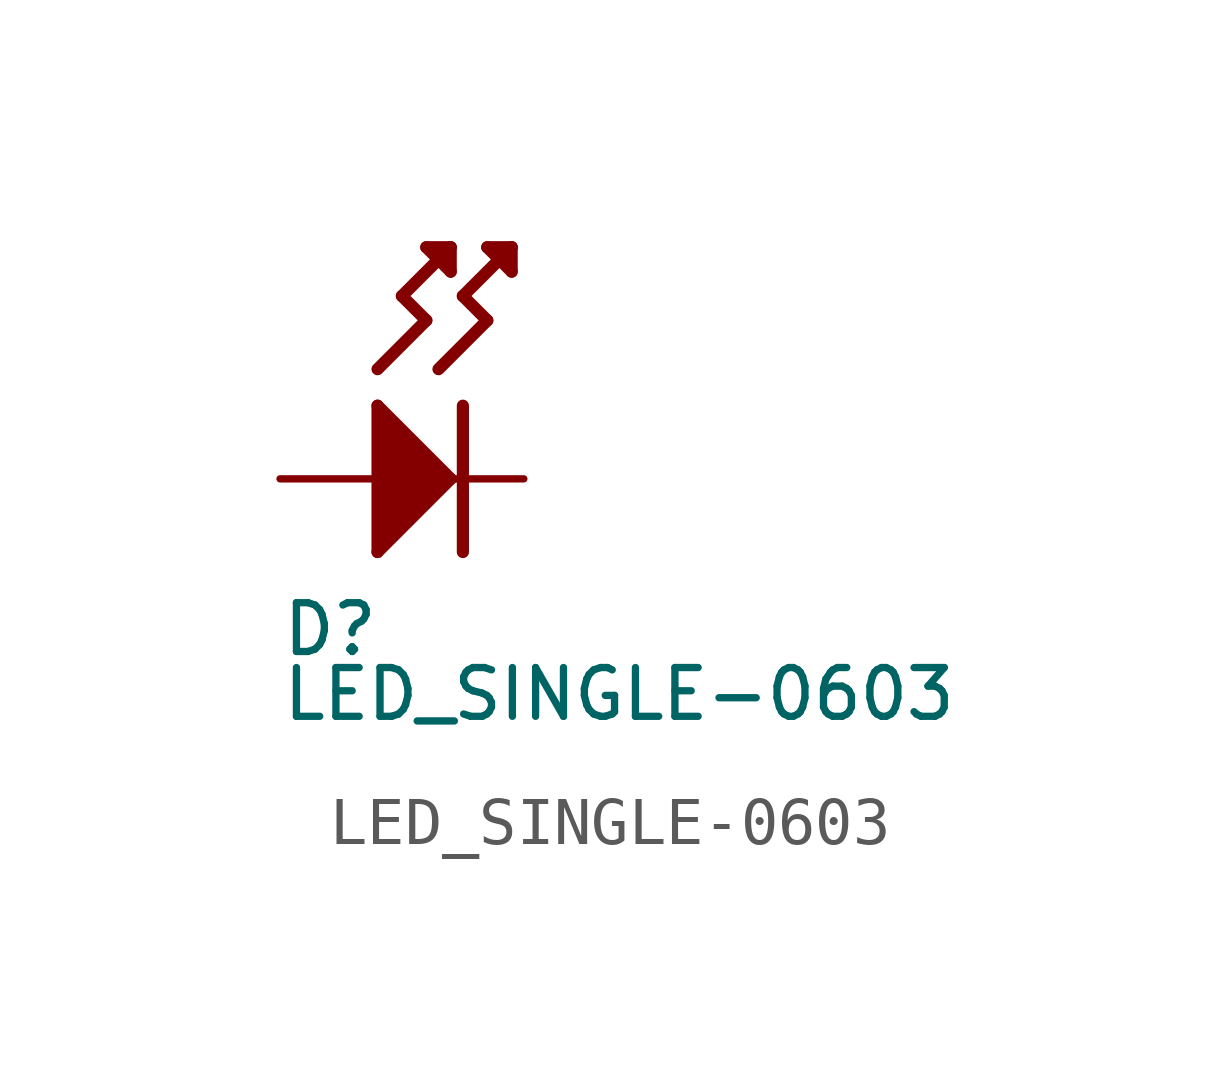
<source format=kicad_sym>
(kicad_symbol_lib
  (version 20211014)
  (generator kicad_symbol_editor)
  (symbol "LED_SINGLE-0603"
    (property "Reference" "D"
      (at -2.54 -2.54 0)
      (effects (font (size 1.016 1.016)) (justify left top)))
    (property "Value" "LED_SINGLE-0603"
      (at -2.54 -5.08 0)
      (effects (font (size 1.016 1.016)) (justify left bottom)))
    (property "ki_locked" ""
      (at 0 0 0)
      (effects (font (size 1.27 1.27))))
    (symbol "LED_SINGLE-0603_1_0"
      (polyline (pts (xy -0.508 -1.524) (xy -0.508 1.524)) (stroke (width 0.254) (type default) (color 0 0 0 0)) (fill (type none)))
      (polyline (pts (xy -0.508 1.524) (xy 1.016 0)) (stroke (width 0.254) (type default) (color 0 0 0 0)) (fill (type none)))
      (polyline (pts (xy -0.508 2.286) (xy 0.508 3.302)) (stroke (width 0.254) (type default) (color 0 0 0 0)) (fill (type none)))
      (polyline (pts (xy 0 3.81) (xy 1.016 4.826)) (stroke (width 0.254) (type default) (color 0 0 0 0)) (fill (type none)))
      (polyline (pts (xy 0.508 3.302) (xy 0 3.81)) (stroke (width 0.254) (type default) (color 0 0 0 0)) (fill (type none)))
      (polyline (pts (xy 0.508 4.826) (xy 1.016 4.318)) (stroke (width 0.254) (type default) (color 0 0 0 0)) (fill (type none)))
      (polyline (pts (xy 0.762 2.286) (xy 1.778 3.302)) (stroke (width 0.254) (type default) (color 0 0 0 0)) (fill (type none)))
      (polyline (pts (xy 1.016 0) (xy -0.508 -1.524)) (stroke (width 0.254) (type default) (color 0 0 0 0)) (fill (type none)))
      (polyline (pts (xy 1.016 4.318) (xy 1.016 4.826)) (stroke (width 0.254) (type default) (color 0 0 0 0)) (fill (type none)))
      (polyline (pts (xy 1.016 4.826) (xy 0.508 4.826)) (stroke (width 0.254) (type default) (color 0 0 0 0)) (fill (type none)))
      (polyline (pts (xy 1.27 1.524) (xy 1.27 -1.524)) (stroke (width 0.254) (type default) (color 0 0 0 0)) (fill (type none)))
      (polyline (pts (xy 1.27 3.81) (xy 2.286 4.826)) (stroke (width 0.254) (type default) (color 0 0 0 0)) (fill (type none)))
      (polyline (pts (xy 1.778 3.302) (xy 1.27 3.81)) (stroke (width 0.254) (type default) (color 0 0 0 0)) (fill (type none)))
      (polyline (pts (xy 1.778 4.826) (xy 2.286 4.318)) (stroke (width 0.254) (type default) (color 0 0 0 0)) (fill (type none)))
      (polyline (pts (xy 2.286 4.318) (xy 2.286 4.826)) (stroke (width 0.254) (type default) (color 0 0 0 0)) (fill (type none)))
      (polyline (pts (xy 2.286 4.826) (xy 1.778 4.826)) (stroke (width 0.254) (type default) (color 0 0 0 0)) (fill (type none)))
      (polyline (pts (xy -0.508 -1.524) (xy -0.508 1.524) (xy 1.016 0)) (stroke (width 0) (type default) (color 0 0 0 0)) (fill (type outline)))
      (pin power_in line (at -2.54 0 0) (length 2.54) (name "ANODE" (effects (font (size 0 0)))) (number "ANODE" (effects (font (size 0 0)))))
      (pin power_in line (at 2.54 0 180) (length 2.54) (name "CATHODE" (effects (font (size 0 0)))) (number "CATHODE" (effects (font (size 0 0))))))))
</source>
